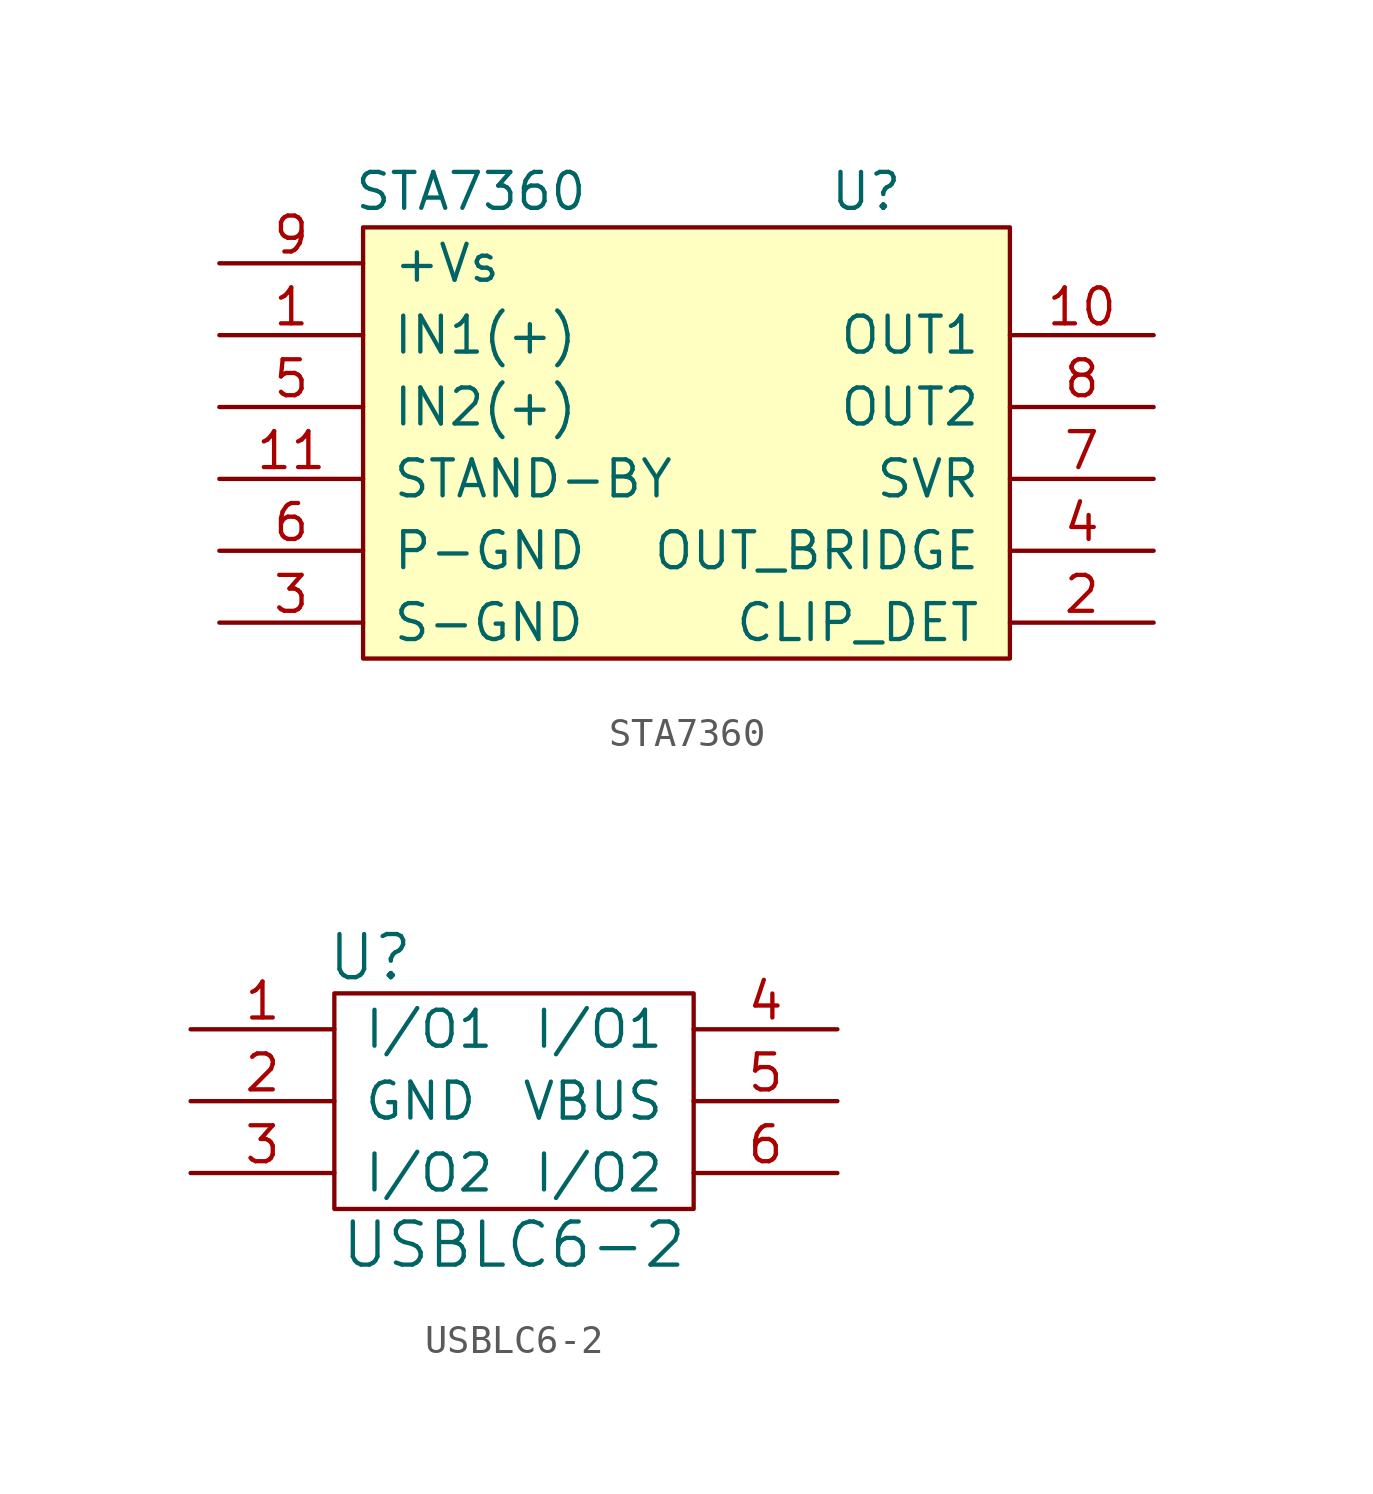
<source format=kicad_sym>
(kicad_symbol_lib
  (version 20241209)
  (generator "kicad_symbol_editor")
  (generator_version "9.0")
  (symbol "STA7360"
    (pin_names
      (offset 1.016))
    (property "Reference" "U"
      (at 6.35 8.89 0)
      (effects (font (size 1.27 1.27))))
    (property "Value" "STA7360"
      (at -7.62 8.89 0)
      (effects (font (size 1.27 1.27))))
    (symbol "STA7360_0_1"
      (rectangle (start -11.43 7.62) (end 11.43 -7.62) (stroke (width 0) (type solid)) (fill (type background))))
    (symbol "STA7360_1_1"
      (pin power_in line (at -16.51 6.35 0) (length 5.08) (name "+Vs" (effects (font (size 1.27 1.27)))) (number "9" (effects (font (size 1.27 1.27)))))
      (pin input line (at -16.51 3.81 0) (length 5.08) (name "IN1(+)" (effects (font (size 1.27 1.27)))) (number "1" (effects (font (size 1.27 1.27)))))
      (pin input line (at -16.51 1.27 0) (length 5.08) (name "IN2(+)" (effects (font (size 1.27 1.27)))) (number "5" (effects (font (size 1.27 1.27)))))
      (pin input line (at -16.51 -1.27 0) (length 5.08) (name "STAND-BY" (effects (font (size 1.27 1.27)))) (number "11" (effects (font (size 1.27 1.27)))))
      (pin power_in line (at -16.51 -3.81 0) (length 5.08) (name "P-GND" (effects (font (size 1.27 1.27)))) (number "6" (effects (font (size 1.27 1.27)))))
      (pin power_in line (at -16.51 -6.35 0) (length 5.08) (name "S-GND" (effects (font (size 1.27 1.27)))) (number "3" (effects (font (size 1.27 1.27)))))
      (pin output line (at 16.51 3.81 180) (length 5.08) (name "OUT1" (effects (font (size 1.27 1.27)))) (number "10" (effects (font (size 1.27 1.27)))))
      (pin output line (at 16.51 1.27 180) (length 5.08) (name "OUT2" (effects (font (size 1.27 1.27)))) (number "8" (effects (font (size 1.27 1.27)))))
      (pin output line (at 16.51 -1.27 180) (length 5.08) (name "SVR" (effects (font (size 1.27 1.27)))) (number "7" (effects (font (size 1.27 1.27)))))
      (pin output line (at 16.51 -3.81 180) (length 5.08) (name "OUT_BRIDGE" (effects (font (size 1.27 1.27)))) (number "4" (effects (font (size 1.27 1.27)))))
      (pin output line (at 16.51 -6.35 180) (length 5.08) (name "CLIP_DET" (effects (font (size 1.27 1.27)))) (number "2" (effects (font (size 1.27 1.27)))))))
  (symbol "USBLC6-2"
    (pin_names
      (offset 1.016))
    (property "Reference" "U"
      (at -5.08 5.08 0)
      (effects (font (size 1.524 1.524))))
    (property "Value" "USBLC6-2"
      (at 0 -5.08 0)
      (effects (font (size 1.524 1.524))))
    (symbol "USBLC6-2_0_1"
      (rectangle (start -6.35 3.81) (end 6.35 -3.81) (stroke (width 0) (type solid)) (fill (type none))))
    (symbol "USBLC6-2_1_1"
      (pin bidirectional line (at -11.43 2.54 0) (length 5.08) (name "I/O1" (effects (font (size 1.27 1.27)))) (number "1" (effects (font (size 1.27 1.27)))))
      (pin power_in line (at -11.43 0 0) (length 5.08) (name "GND" (effects (font (size 1.27 1.27)))) (number "2" (effects (font (size 1.27 1.27)))))
      (pin bidirectional line (at -11.43 -2.54 0) (length 5.08) (name "I/O2" (effects (font (size 1.27 1.27)))) (number "3" (effects (font (size 1.27 1.27)))))
      (pin bidirectional line (at 11.43 2.54 180) (length 5.08) (name "I/O1" (effects (font (size 1.27 1.27)))) (number "4" (effects (font (size 1.27 1.27)))))
      (pin power_in line (at 11.43 0 180) (length 5.08) (name "VBUS" (effects (font (size 1.27 1.27)))) (number "5" (effects (font (size 1.27 1.27)))))
      (pin bidirectional line (at 11.43 -2.54 180) (length 5.08) (name "I/O2" (effects (font (size 1.27 1.27)))) (number "6" (effects (font (size 1.27 1.27))))))))
</source>
